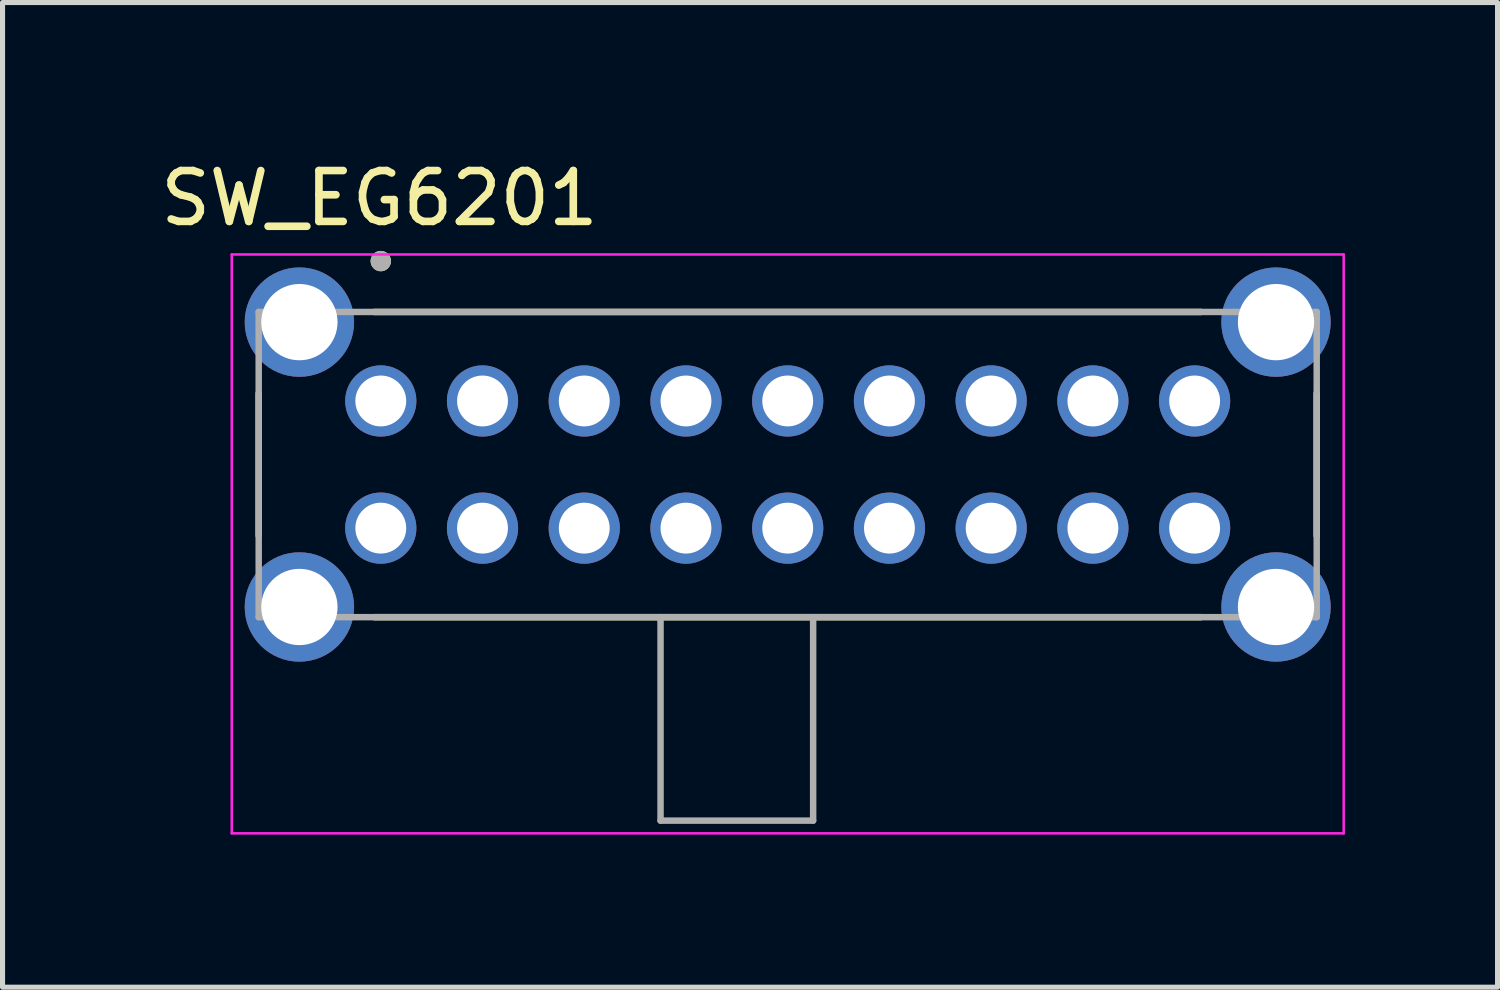
<source format=kicad_pcb>
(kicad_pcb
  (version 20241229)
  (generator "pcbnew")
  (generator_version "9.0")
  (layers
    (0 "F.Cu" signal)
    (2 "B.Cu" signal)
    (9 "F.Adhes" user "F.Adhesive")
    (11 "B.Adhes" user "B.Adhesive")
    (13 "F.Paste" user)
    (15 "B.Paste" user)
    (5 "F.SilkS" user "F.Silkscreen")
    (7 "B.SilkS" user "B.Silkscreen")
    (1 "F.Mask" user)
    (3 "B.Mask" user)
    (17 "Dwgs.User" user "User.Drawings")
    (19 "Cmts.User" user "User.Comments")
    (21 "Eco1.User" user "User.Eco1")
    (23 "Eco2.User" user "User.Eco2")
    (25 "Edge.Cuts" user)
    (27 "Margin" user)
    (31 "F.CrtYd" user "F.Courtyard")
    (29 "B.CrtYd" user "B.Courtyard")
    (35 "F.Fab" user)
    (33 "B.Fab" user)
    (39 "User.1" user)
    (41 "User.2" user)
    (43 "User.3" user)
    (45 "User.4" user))
  (footprint "SW_EG6201"
    (layer "F.Cu")
    (at 12.436 6.083)
    (property "Reference" "SW_EG6201" (at -8.025 -5.235 0) (layer "F.SilkS") (effects (font (size 1 1) (thickness 0.15))))
    (attr through_hole)
    (fp_line (start -10.4 -1.4) (end -10.4 1.4) (stroke (width 0.127) (type solid)) (layer "F.SilkS"))
    (fp_line (start -8.125 -3) (end 8.125 -3) (stroke (width 0.127) (type solid)) (layer "F.SilkS"))
    (fp_line (start 8.125 3) (end -8.125 3) (stroke (width 0.127) (type solid)) (layer "F.SilkS"))
    (fp_line (start 10.4 -1.4) (end 10.4 1.4) (stroke (width 0.127) (type solid)) (layer "F.SilkS"))
    (fp_circle (center -8 -4) (end -7.9 -4) (stroke (width 0.2) (type solid)) (fill no) (layer "F.SilkS"))
    (fp_line (start -10.93 -4.13) (end 10.93 -4.13) (stroke (width 0.05) (type solid)) (layer "F.CrtYd"))
    (fp_line (start -10.93 7.25) (end -10.93 -4.13) (stroke (width 0.05) (type solid)) (layer "F.CrtYd"))
    (fp_line (start 10.93 -4.13) (end 10.93 7.25) (stroke (width 0.05) (type solid)) (layer "F.CrtYd"))
    (fp_line (start 10.93 7.25) (end -10.93 7.25) (stroke (width 0.05) (type solid)) (layer "F.CrtYd"))
    (fp_line (start -10.4 -3) (end 10.4 -3) (stroke (width 0.127) (type solid)) (layer "F.Fab"))
    (fp_line (start -10.4 3) (end -10.4 -3) (stroke (width 0.127) (type solid)) (layer "F.Fab"))
    (fp_line (start -2.5 3) (end -10.4 3) (stroke (width 0.127) (type solid)) (layer "F.Fab"))
    (fp_line (start -2.5 3) (end -2.5 7) (stroke (width 0.127) (type solid)) (layer "F.Fab"))
    (fp_line (start -2.5 7) (end 0.5 7) (stroke (width 0.127) (type solid)) (layer "F.Fab"))
    (fp_line (start 0.5 3) (end -2.5 3) (stroke (width 0.127) (type solid)) (layer "F.Fab"))
    (fp_line (start 0.5 7) (end 0.5 3) (stroke (width 0.127) (type solid)) (layer "F.Fab"))
    (fp_line (start 10.4 -3) (end 10.4 3) (stroke (width 0.127) (type solid)) (layer "F.Fab"))
    (fp_line (start 10.4 3) (end 0.5 3) (stroke (width 0.127) (type solid)) (layer "F.Fab"))
    (fp_circle (center -8 -4) (end -7.9 -4) (stroke (width 0.2) (type solid)) (fill no) (layer "F.Fab"))
    (pad "1" thru_hole circle (at -8 -1.25) (size 1.4 1.4) (drill 1) (layers "*.Cu" "*.Mask"))
    (pad "2" thru_hole circle (at -6 -1.25) (size 1.4 1.4) (drill 1) (layers "*.Cu" "*.Mask"))
    (pad "3" thru_hole circle (at -4 -1.25) (size 1.4 1.4) (drill 1) (layers "*.Cu" "*.Mask"))
    (pad "4" thru_hole circle (at -2 -1.25) (size 1.4 1.4) (drill 1) (layers "*.Cu" "*.Mask"))
    (pad "5" thru_hole circle (at 0 -1.25) (size 1.4 1.4) (drill 1) (layers "*.Cu" "*.Mask"))
    (pad "6" thru_hole circle (at 2 -1.25) (size 1.4 1.4) (drill 1) (layers "*.Cu" "*.Mask"))
    (pad "7" thru_hole circle (at 4 -1.25) (size 1.4 1.4) (drill 1) (layers "*.Cu" "*.Mask"))
    (pad "8" thru_hole circle (at 6 -1.25) (size 1.4 1.4) (drill 1) (layers "*.Cu" "*.Mask"))
    (pad "9" thru_hole circle (at 8 -1.25) (size 1.4 1.4) (drill 1) (layers "*.Cu" "*.Mask"))
    (pad "10" thru_hole circle (at -8 1.25) (size 1.4 1.4) (drill 1) (layers "*.Cu" "*.Mask"))
    (pad "11" thru_hole circle (at -6 1.25) (size 1.4 1.4) (drill 1) (layers "*.Cu" "*.Mask"))
    (pad "12" thru_hole circle (at -4 1.25) (size 1.4 1.4) (drill 1) (layers "*.Cu" "*.Mask"))
    (pad "13" thru_hole circle (at -2 1.25) (size 1.4 1.4) (drill 1) (layers "*.Cu" "*.Mask"))
    (pad "14" thru_hole circle (at 0 1.25) (size 1.4 1.4) (drill 1) (layers "*.Cu" "*.Mask"))
    (pad "15" thru_hole circle (at 2 1.25) (size 1.4 1.4) (drill 1) (layers "*.Cu" "*.Mask"))
    (pad "16" thru_hole circle (at 4 1.25) (size 1.4 1.4) (drill 1) (layers "*.Cu" "*.Mask"))
    (pad "17" thru_hole circle (at 6 1.25) (size 1.4 1.4) (drill 1) (layers "*.Cu" "*.Mask"))
    (pad "18" thru_hole circle (at 8 1.25) (size 1.4 1.4) (drill 1) (layers "*.Cu" "*.Mask"))
    (pad "S1" thru_hole circle (at -9.6 -2.8) (size 2.15 2.15) (drill 1.5) (layers "*.Cu" "*.Mask"))
    (pad "S2" thru_hole circle (at -9.6 2.8) (size 2.15 2.15) (drill 1.5) (layers "*.Cu" "*.Mask"))
    (pad "S3" thru_hole circle (at 9.6 -2.8) (size 2.15 2.15) (drill 1.5) (layers "*.Cu" "*.Mask"))
    (pad "S4" thru_hole circle (at 9.6 2.8) (size 2.15 2.15) (drill 1.5) (layers "*.Cu" "*.Mask")))
  (gr_rect
    (start -3 -3)
    (end 26.391 16.358)
    (stroke (width 0.1) (type default))
    (fill no)
    (layer "Edge.Cuts")))
</source>
